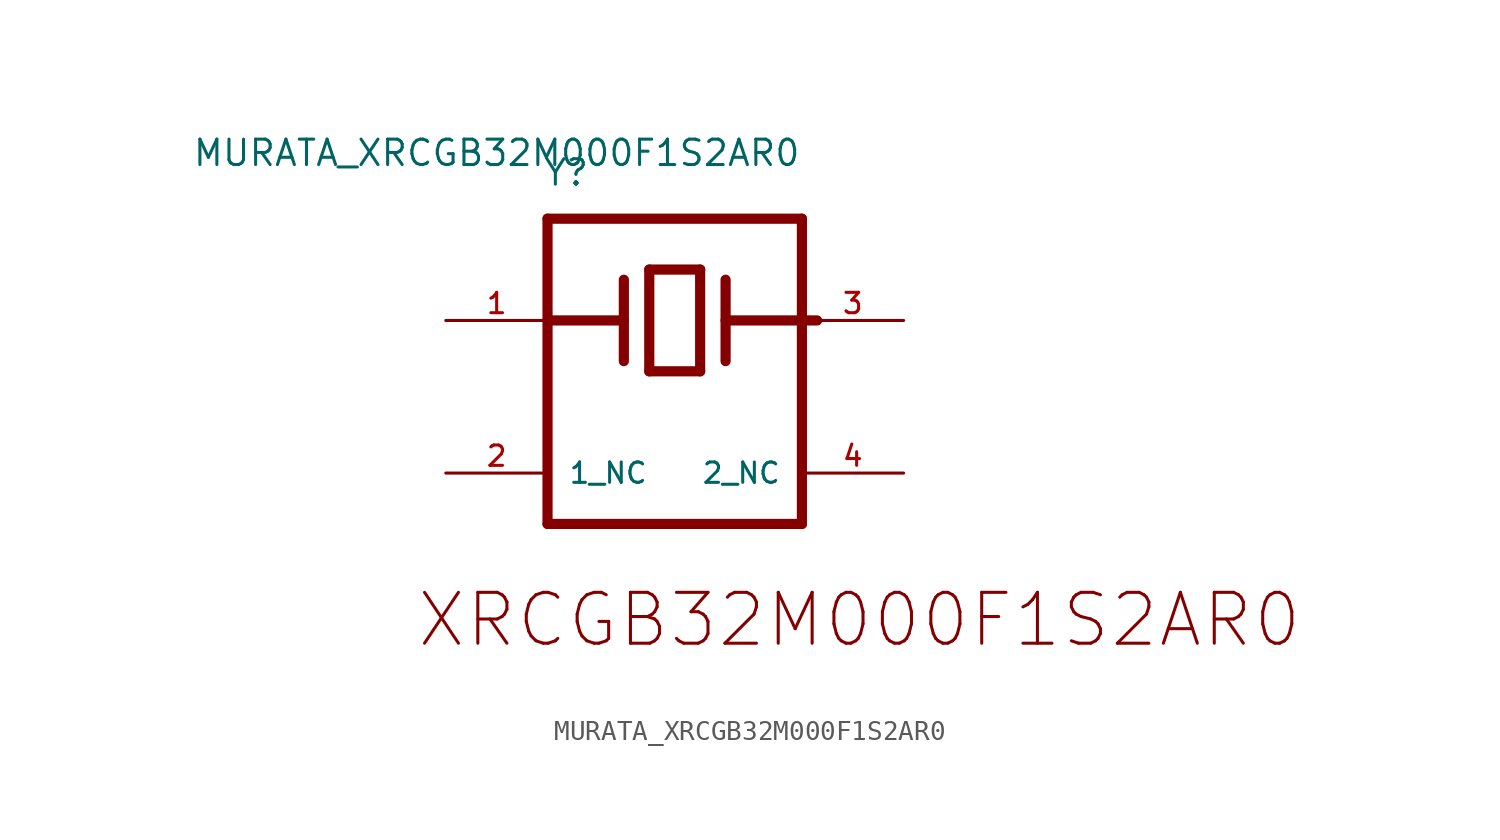
<source format=kicad_sym>
(kicad_symbol_lib
  (version 20211014)
  (generator kicad_symbol_editor)
  (symbol "MURATA_XRCGB32M000F1S2AR0"
    (pin_names
      (offset 1.016))
    (property "Reference" "Y"
      (at 2.286 0.508 0)
      (effects (font (size 1.27 1.27)) (justify top left)))
    (property "Value" "MURATA_XRCGB32M000F1S2AR0"
      (at 0 0.0 0)
      (effects (font (size 1.27 1.27)) (justify bottom)))
    (symbol "MURATA_XRCGB32M000F1S2AR0_0_0"
      (polyline (pts (xy 6.35 -5.588) (xy 6.35 -9.652)) (stroke (width 0.508)))
      (polyline (pts (xy 11.43 -5.588) (xy 11.43 -9.652)) (stroke (width 0.508)))
      (polyline (pts (xy 7.62 -5.08) (xy 7.62 -10.16)) (stroke (width 0.508)))
      (polyline (pts (xy 7.62 -5.08) (xy 10.16 -5.08)) (stroke (width 0.508)))
      (polyline (pts (xy 10.16 -5.08) (xy 10.16 -10.16)) (stroke (width 0.508)))
      (polyline (pts (xy 10.16 -10.16) (xy 7.62 -10.16)) (stroke (width 0.508)))
      (polyline (pts (xy 2.54 -17.78) (xy 2.54 -2.54)) (stroke (width 0.508)))
      (polyline (pts (xy 2.54 -2.54) (xy 15.24 -2.54)) (stroke (width 0.508)))
      (polyline (pts (xy 15.24 -2.54) (xy 15.24 -17.78)) (stroke (width 0.508)))
      (polyline (pts (xy 15.24 -17.78) (xy 2.54 -17.78)) (stroke (width 0.508)))
      (polyline (pts (xy 2.54 -7.62) (xy 6.35 -7.62)) (stroke (width 0.508)))
      (polyline (pts (xy 16.002 -7.62) (xy 11.43 -7.62)) (stroke (width 0.508)))
      (polyline (pts (xy 2.54 -7.62) (xy 2.54 -7.62)) (stroke (width 0.15)))
      (polyline (pts (xy 2.54 -15.24) (xy 2.54 -15.24)) (stroke (width 0.15)))
      (polyline (pts (xy 15.24 -7.62) (xy 15.24 -7.62)) (stroke (width 0.15)))
      (polyline (pts (xy 15.24 -15.24) (xy 15.24 -15.24)) (stroke (width 0.15)))
      (text "XRCGB32M000F1S2AR0" (at -4.064 -21.082 0) (effects (font (size 2.54 2.54)) (justify top left)))
      (pin passive line (at -2.54 -7.62 0) (length 5.08) (name "~" (effects (font (size 1.016 1.016)))) (number "1" (effects (font (size 1.016 1.016)))))
      (pin passive line (at -2.54 -15.24 0) (length 5.08) (name "1_NC" (effects (font (size 1.016 1.016)))) (number "2" (effects (font (size 1.016 1.016)))))
      (pin passive line (at 20.32 -7.62 180.0) (length 5.08) (name "~" (effects (font (size 1.016 1.016)))) (number "3" (effects (font (size 1.016 1.016)))))
      (pin passive line (at 20.32 -15.24 180.0) (length 5.08) (name "2_NC" (effects (font (size 1.016 1.016)))) (number "4" (effects (font (size 1.016 1.016))))))))
</source>
